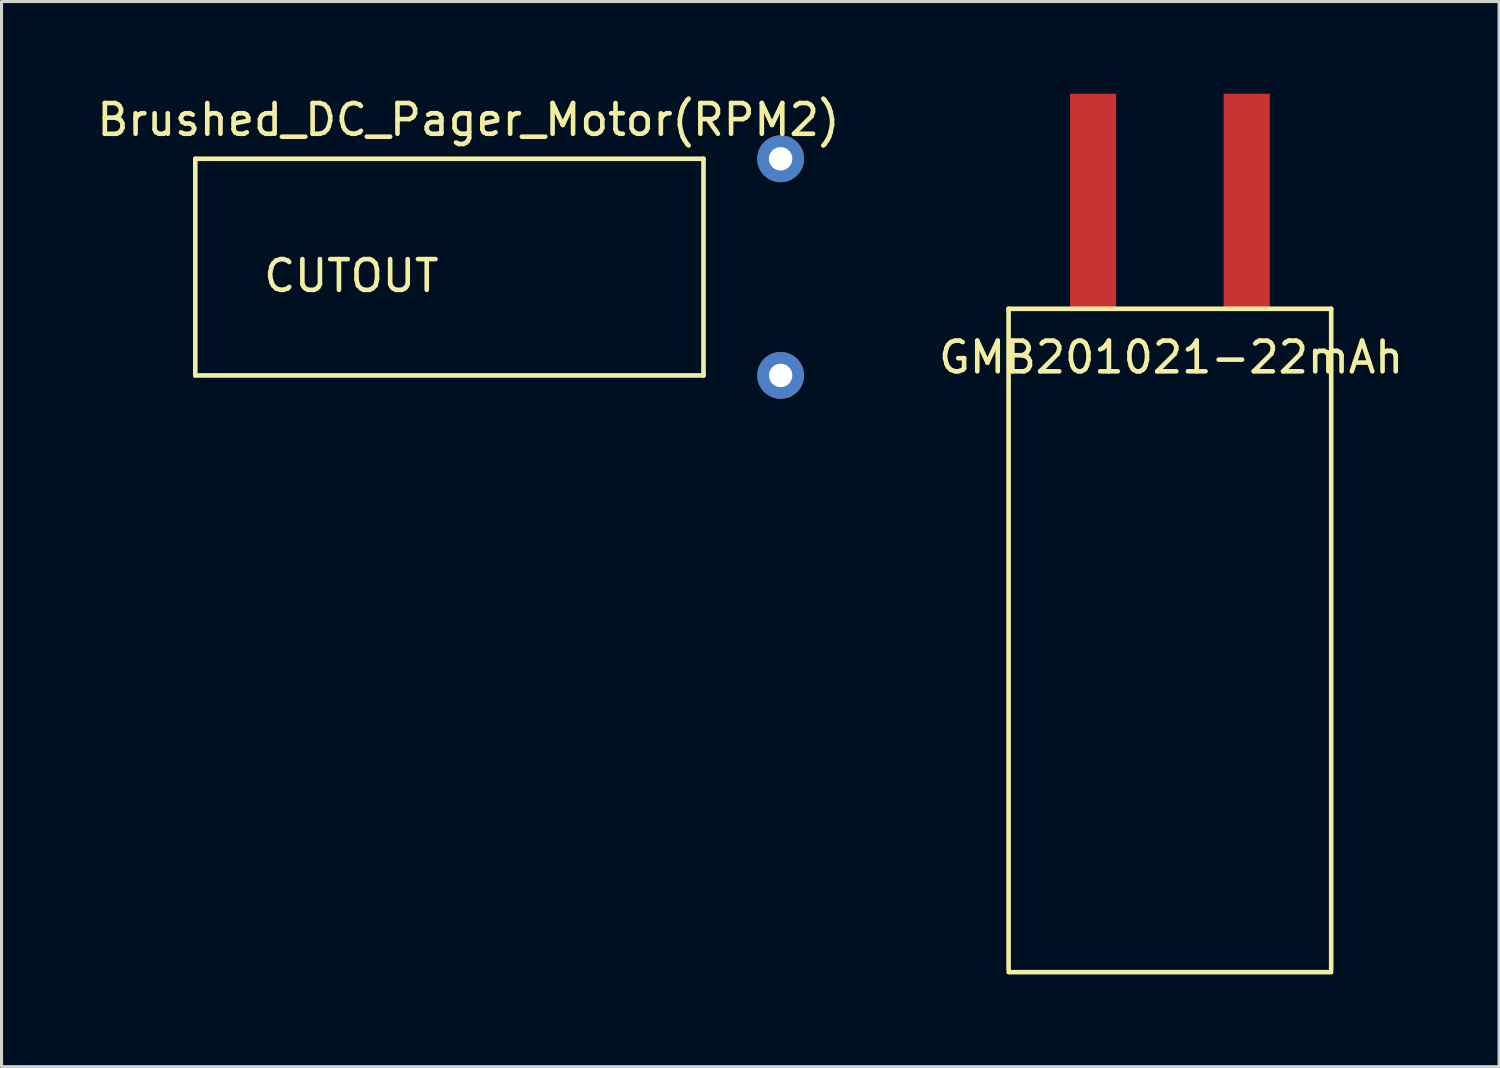
<source format=kicad_pcb>
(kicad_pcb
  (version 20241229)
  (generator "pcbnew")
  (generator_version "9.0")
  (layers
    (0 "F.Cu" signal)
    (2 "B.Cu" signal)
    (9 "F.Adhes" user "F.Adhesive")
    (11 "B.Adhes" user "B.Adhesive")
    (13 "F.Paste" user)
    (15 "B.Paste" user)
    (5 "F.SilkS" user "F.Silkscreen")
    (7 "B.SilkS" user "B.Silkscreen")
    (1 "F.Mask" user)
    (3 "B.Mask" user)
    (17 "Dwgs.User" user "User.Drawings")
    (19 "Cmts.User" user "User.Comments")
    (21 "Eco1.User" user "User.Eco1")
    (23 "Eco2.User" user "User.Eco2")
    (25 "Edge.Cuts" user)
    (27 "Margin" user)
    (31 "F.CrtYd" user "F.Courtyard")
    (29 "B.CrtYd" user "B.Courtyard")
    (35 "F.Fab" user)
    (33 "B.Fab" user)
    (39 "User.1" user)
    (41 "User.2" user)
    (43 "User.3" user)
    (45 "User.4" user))
  (footprint "GMB201021-22mAh"
    (layer "F.Cu")
    (at 32.525 3.5)
    (property "Reference" "GMB201021-22mAh" (at 2.54 5.08 0) (layer "F.SilkS") (effects (font (size 1 1) (thickness 0.15))))
    (attr through_hole)
    (fp_line (start -2.75 3.5) (end -2.75 25) (stroke (width 0.15) (type solid)) (layer "F.SilkS"))
    (fp_line (start -2.75 3.5) (end 7.75 3.5) (stroke (width 0.15) (type solid)) (layer "F.SilkS"))
    (fp_line (start -2.75 25.09) (end 7.75 25.09) (stroke (width 0.15) (type solid)) (layer "F.SilkS"))
    (fp_line (start 7.75 3.5) (end 7.75 25) (stroke (width 0.15) (type solid)) (layer "F.SilkS"))
    (pad "1" smd rect (at 0 0) (size 1.5 7) (layers "F.Cu" "F.Mask" "F.Paste"))
    (pad "2" smd rect (at 5 0) (size 1.5 7) (layers "F.Cu" "F.Mask" "F.Paste")))
  (footprint "Brushed_DC_Pager_Motor(RPM2)"
    (layer "F.Cu")
    (at 3.306 2.118)
    (property "Reference" "Brushed_DC_Pager_Motor(RPM2)" (at 8.89 -1.27 0) (layer "F.SilkS") (effects (font (size 1 1) (thickness 0.15))))
    (attr through_hole)
    (fp_line (start 0 0) (end 0 7.05) (stroke (width 0.15) (type solid)) (layer "F.SilkS"))
    (fp_line (start 0 0) (end 16.54 0) (stroke (width 0.15) (type solid)) (layer "F.SilkS"))
    (fp_line (start 0 7.05) (end 16.54 7.05) (stroke (width 0.15) (type solid)) (layer "F.SilkS"))
    (fp_line (start 16.54 0) (end 16.54 7.05) (stroke (width 0.15) (type solid)) (layer "F.SilkS"))
    (fp_text user "CUTOUT" (at 5.08 3.81 0) (layer "F.SilkS") (effects (font (size 1 1) (thickness 0.15))))
    (pad "1" thru_hole circle (at 19.05 7.05) (size 1.524 1.524) (drill 0.762) (layers "*.Cu" "*.Mask"))
    (pad "2" thru_hole circle (at 19.05 0) (size 1.524 1.524) (drill 0.762) (layers "*.Cu" "*.Mask")))
  (gr_rect
    (start -3 -3)
    (end 45.738 31.665)
    (stroke (width 0.1) (type default))
    (fill no)
    (layer "Edge.Cuts")))
</source>
